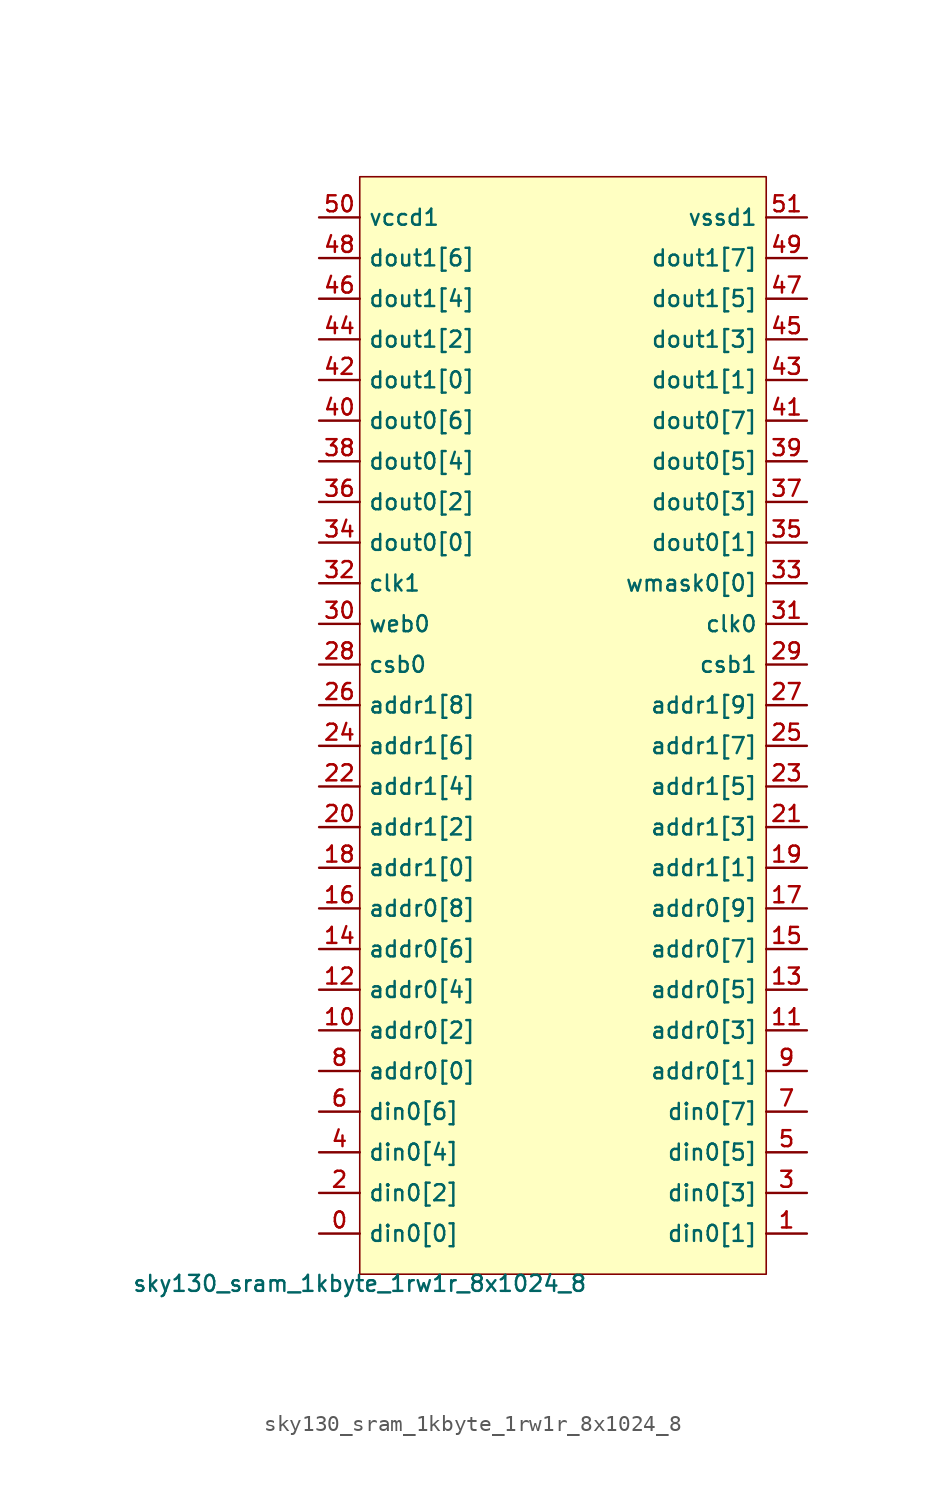
<source format=kicad_sym>
(kicad_symbol_lib
  (version 20211014)
  (generator pdk2kicad)
  (symbol "sky130_sram_1kbyte_1rw1r_8x1024_8"
    (property "Reference" "X"
      (at 0 0 0)
      (effects (font (size 1 1)) hide))
    (property "Value" "sky130_sram_1kbyte_1rw1r_8x1024_8"
      (at -12.7 -34.29 0)
      (effects (font (size 1 1)) (justify top)))
    (rectangle
      (start -12.7 -34.29)
      (end 12.7 34.29)
      (stroke (width 0.1) (type solid) (color 0 0 0 0))
      (fill (type background)))
    (pin bidirectional line
      (at -15.24 -31.75 0)
      (length 2.54)
      (name "din0[0]" (effects (font (size 1 1)) hide))
      (number "0" (effects (font (size 1 1)) hide)))
    (pin bidirectional line
      (at 15.24 -31.75 180)
      (length 2.54)
      (name "din0[1]" (effects (font (size 1 1)) hide))
      (number "1" (effects (font (size 1 1)) hide)))
    (pin bidirectional line
      (at -15.24 -29.21 0)
      (length 2.54)
      (name "din0[2]" (effects (font (size 1 1)) hide))
      (number "2" (effects (font (size 1 1)) hide)))
    (pin bidirectional line
      (at 15.24 -29.21 180)
      (length 2.54)
      (name "din0[3]" (effects (font (size 1 1)) hide))
      (number "3" (effects (font (size 1 1)) hide)))
    (pin bidirectional line
      (at -15.24 -26.67 0)
      (length 2.54)
      (name "din0[4]" (effects (font (size 1 1)) hide))
      (number "4" (effects (font (size 1 1)) hide)))
    (pin bidirectional line
      (at 15.24 -26.67 180)
      (length 2.54)
      (name "din0[5]" (effects (font (size 1 1)) hide))
      (number "5" (effects (font (size 1 1)) hide)))
    (pin bidirectional line
      (at -15.24 -24.13 0)
      (length 2.54)
      (name "din0[6]" (effects (font (size 1 1)) hide))
      (number "6" (effects (font (size 1 1)) hide)))
    (pin bidirectional line
      (at 15.24 -24.13 180)
      (length 2.54)
      (name "din0[7]" (effects (font (size 1 1)) hide))
      (number "7" (effects (font (size 1 1)) hide)))
    (pin bidirectional line
      (at -15.24 -21.59 0)
      (length 2.54)
      (name "addr0[0]" (effects (font (size 1 1)) hide))
      (number "8" (effects (font (size 1 1)) hide)))
    (pin bidirectional line
      (at 15.24 -21.59 180)
      (length 2.54)
      (name "addr0[1]" (effects (font (size 1 1)) hide))
      (number "9" (effects (font (size 1 1)) hide)))
    (pin bidirectional line
      (at -15.24 -19.05 0)
      (length 2.54)
      (name "addr0[2]" (effects (font (size 1 1)) hide))
      (number "10" (effects (font (size 1 1)) hide)))
    (pin bidirectional line
      (at 15.24 -19.05 180)
      (length 2.54)
      (name "addr0[3]" (effects (font (size 1 1)) hide))
      (number "11" (effects (font (size 1 1)) hide)))
    (pin bidirectional line
      (at -15.24 -16.51 0)
      (length 2.54)
      (name "addr0[4]" (effects (font (size 1 1)) hide))
      (number "12" (effects (font (size 1 1)) hide)))
    (pin bidirectional line
      (at 15.24 -16.51 180)
      (length 2.54)
      (name "addr0[5]" (effects (font (size 1 1)) hide))
      (number "13" (effects (font (size 1 1)) hide)))
    (pin bidirectional line
      (at -15.24 -13.97 0)
      (length 2.54)
      (name "addr0[6]" (effects (font (size 1 1)) hide))
      (number "14" (effects (font (size 1 1)) hide)))
    (pin bidirectional line
      (at 15.24 -13.97 180)
      (length 2.54)
      (name "addr0[7]" (effects (font (size 1 1)) hide))
      (number "15" (effects (font (size 1 1)) hide)))
    (pin bidirectional line
      (at -15.24 -11.43 0)
      (length 2.54)
      (name "addr0[8]" (effects (font (size 1 1)) hide))
      (number "16" (effects (font (size 1 1)) hide)))
    (pin bidirectional line
      (at 15.24 -11.43 180)
      (length 2.54)
      (name "addr0[9]" (effects (font (size 1 1)) hide))
      (number "17" (effects (font (size 1 1)) hide)))
    (pin bidirectional line
      (at -15.24 -8.89 0)
      (length 2.54)
      (name "addr1[0]" (effects (font (size 1 1)) hide))
      (number "18" (effects (font (size 1 1)) hide)))
    (pin bidirectional line
      (at 15.24 -8.89 180)
      (length 2.54)
      (name "addr1[1]" (effects (font (size 1 1)) hide))
      (number "19" (effects (font (size 1 1)) hide)))
    (pin bidirectional line
      (at -15.24 -6.35 0)
      (length 2.54)
      (name "addr1[2]" (effects (font (size 1 1)) hide))
      (number "20" (effects (font (size 1 1)) hide)))
    (pin bidirectional line
      (at 15.24 -6.35 180)
      (length 2.54)
      (name "addr1[3]" (effects (font (size 1 1)) hide))
      (number "21" (effects (font (size 1 1)) hide)))
    (pin bidirectional line
      (at -15.24 -3.81 0)
      (length 2.54)
      (name "addr1[4]" (effects (font (size 1 1)) hide))
      (number "22" (effects (font (size 1 1)) hide)))
    (pin bidirectional line
      (at 15.24 -3.81 180)
      (length 2.54)
      (name "addr1[5]" (effects (font (size 1 1)) hide))
      (number "23" (effects (font (size 1 1)) hide)))
    (pin bidirectional line
      (at -15.24 -1.27 0)
      (length 2.54)
      (name "addr1[6]" (effects (font (size 1 1)) hide))
      (number "24" (effects (font (size 1 1)) hide)))
    (pin bidirectional line
      (at 15.24 -1.27 180)
      (length 2.54)
      (name "addr1[7]" (effects (font (size 1 1)) hide))
      (number "25" (effects (font (size 1 1)) hide)))
    (pin bidirectional line
      (at -15.24 1.27 0)
      (length 2.54)
      (name "addr1[8]" (effects (font (size 1 1)) hide))
      (number "26" (effects (font (size 1 1)) hide)))
    (pin bidirectional line
      (at 15.24 1.27 180)
      (length 2.54)
      (name "addr1[9]" (effects (font (size 1 1)) hide))
      (number "27" (effects (font (size 1 1)) hide)))
    (pin bidirectional line
      (at -15.24 3.81 0)
      (length 2.54)
      (name "csb0" (effects (font (size 1 1)) hide))
      (number "28" (effects (font (size 1 1)) hide)))
    (pin bidirectional line
      (at 15.24 3.81 180)
      (length 2.54)
      (name "csb1" (effects (font (size 1 1)) hide))
      (number "29" (effects (font (size 1 1)) hide)))
    (pin bidirectional line
      (at -15.24 6.35 0)
      (length 2.54)
      (name "web0" (effects (font (size 1 1)) hide))
      (number "30" (effects (font (size 1 1)) hide)))
    (pin bidirectional line
      (at 15.24 6.35 180)
      (length 2.54)
      (name "clk0" (effects (font (size 1 1)) hide))
      (number "31" (effects (font (size 1 1)) hide)))
    (pin bidirectional line
      (at -15.24 8.89 0)
      (length 2.54)
      (name "clk1" (effects (font (size 1 1)) hide))
      (number "32" (effects (font (size 1 1)) hide)))
    (pin bidirectional line
      (at 15.24 8.89 180)
      (length 2.54)
      (name "wmask0[0]" (effects (font (size 1 1)) hide))
      (number "33" (effects (font (size 1 1)) hide)))
    (pin bidirectional line
      (at -15.24 11.43 0)
      (length 2.54)
      (name "dout0[0]" (effects (font (size 1 1)) hide))
      (number "34" (effects (font (size 1 1)) hide)))
    (pin bidirectional line
      (at 15.24 11.43 180)
      (length 2.54)
      (name "dout0[1]" (effects (font (size 1 1)) hide))
      (number "35" (effects (font (size 1 1)) hide)))
    (pin bidirectional line
      (at -15.24 13.97 0)
      (length 2.54)
      (name "dout0[2]" (effects (font (size 1 1)) hide))
      (number "36" (effects (font (size 1 1)) hide)))
    (pin bidirectional line
      (at 15.24 13.97 180)
      (length 2.54)
      (name "dout0[3]" (effects (font (size 1 1)) hide))
      (number "37" (effects (font (size 1 1)) hide)))
    (pin bidirectional line
      (at -15.24 16.51 0)
      (length 2.54)
      (name "dout0[4]" (effects (font (size 1 1)) hide))
      (number "38" (effects (font (size 1 1)) hide)))
    (pin bidirectional line
      (at 15.24 16.51 180)
      (length 2.54)
      (name "dout0[5]" (effects (font (size 1 1)) hide))
      (number "39" (effects (font (size 1 1)) hide)))
    (pin bidirectional line
      (at -15.24 19.05 0)
      (length 2.54)
      (name "dout0[6]" (effects (font (size 1 1)) hide))
      (number "40" (effects (font (size 1 1)) hide)))
    (pin bidirectional line
      (at 15.24 19.05 180)
      (length 2.54)
      (name "dout0[7]" (effects (font (size 1 1)) hide))
      (number "41" (effects (font (size 1 1)) hide)))
    (pin bidirectional line
      (at -15.24 21.59 0)
      (length 2.54)
      (name "dout1[0]" (effects (font (size 1 1)) hide))
      (number "42" (effects (font (size 1 1)) hide)))
    (pin bidirectional line
      (at 15.24 21.59 180)
      (length 2.54)
      (name "dout1[1]" (effects (font (size 1 1)) hide))
      (number "43" (effects (font (size 1 1)) hide)))
    (pin bidirectional line
      (at -15.24 24.13 0)
      (length 2.54)
      (name "dout1[2]" (effects (font (size 1 1)) hide))
      (number "44" (effects (font (size 1 1)) hide)))
    (pin bidirectional line
      (at 15.24 24.13 180)
      (length 2.54)
      (name "dout1[3]" (effects (font (size 1 1)) hide))
      (number "45" (effects (font (size 1 1)) hide)))
    (pin bidirectional line
      (at -15.24 26.67 0)
      (length 2.54)
      (name "dout1[4]" (effects (font (size 1 1)) hide))
      (number "46" (effects (font (size 1 1)) hide)))
    (pin bidirectional line
      (at 15.24 26.67 180)
      (length 2.54)
      (name "dout1[5]" (effects (font (size 1 1)) hide))
      (number "47" (effects (font (size 1 1)) hide)))
    (pin bidirectional line
      (at -15.24 29.21 0)
      (length 2.54)
      (name "dout1[6]" (effects (font (size 1 1)) hide))
      (number "48" (effects (font (size 1 1)) hide)))
    (pin bidirectional line
      (at 15.24 29.21 180)
      (length 2.54)
      (name "dout1[7]" (effects (font (size 1 1)) hide))
      (number "49" (effects (font (size 1 1)) hide)))
    (pin bidirectional line
      (at -15.24 31.75 0)
      (length 2.54)
      (name "vccd1" (effects (font (size 1 1)) hide))
      (number "50" (effects (font (size 1 1)) hide)))
    (pin bidirectional line
      (at 15.24 31.75 180)
      (length 2.54)
      (name "vssd1" (effects (font (size 1 1)) hide))
      (number "51" (effects (font (size 1 1)) hide)))))
</source>
